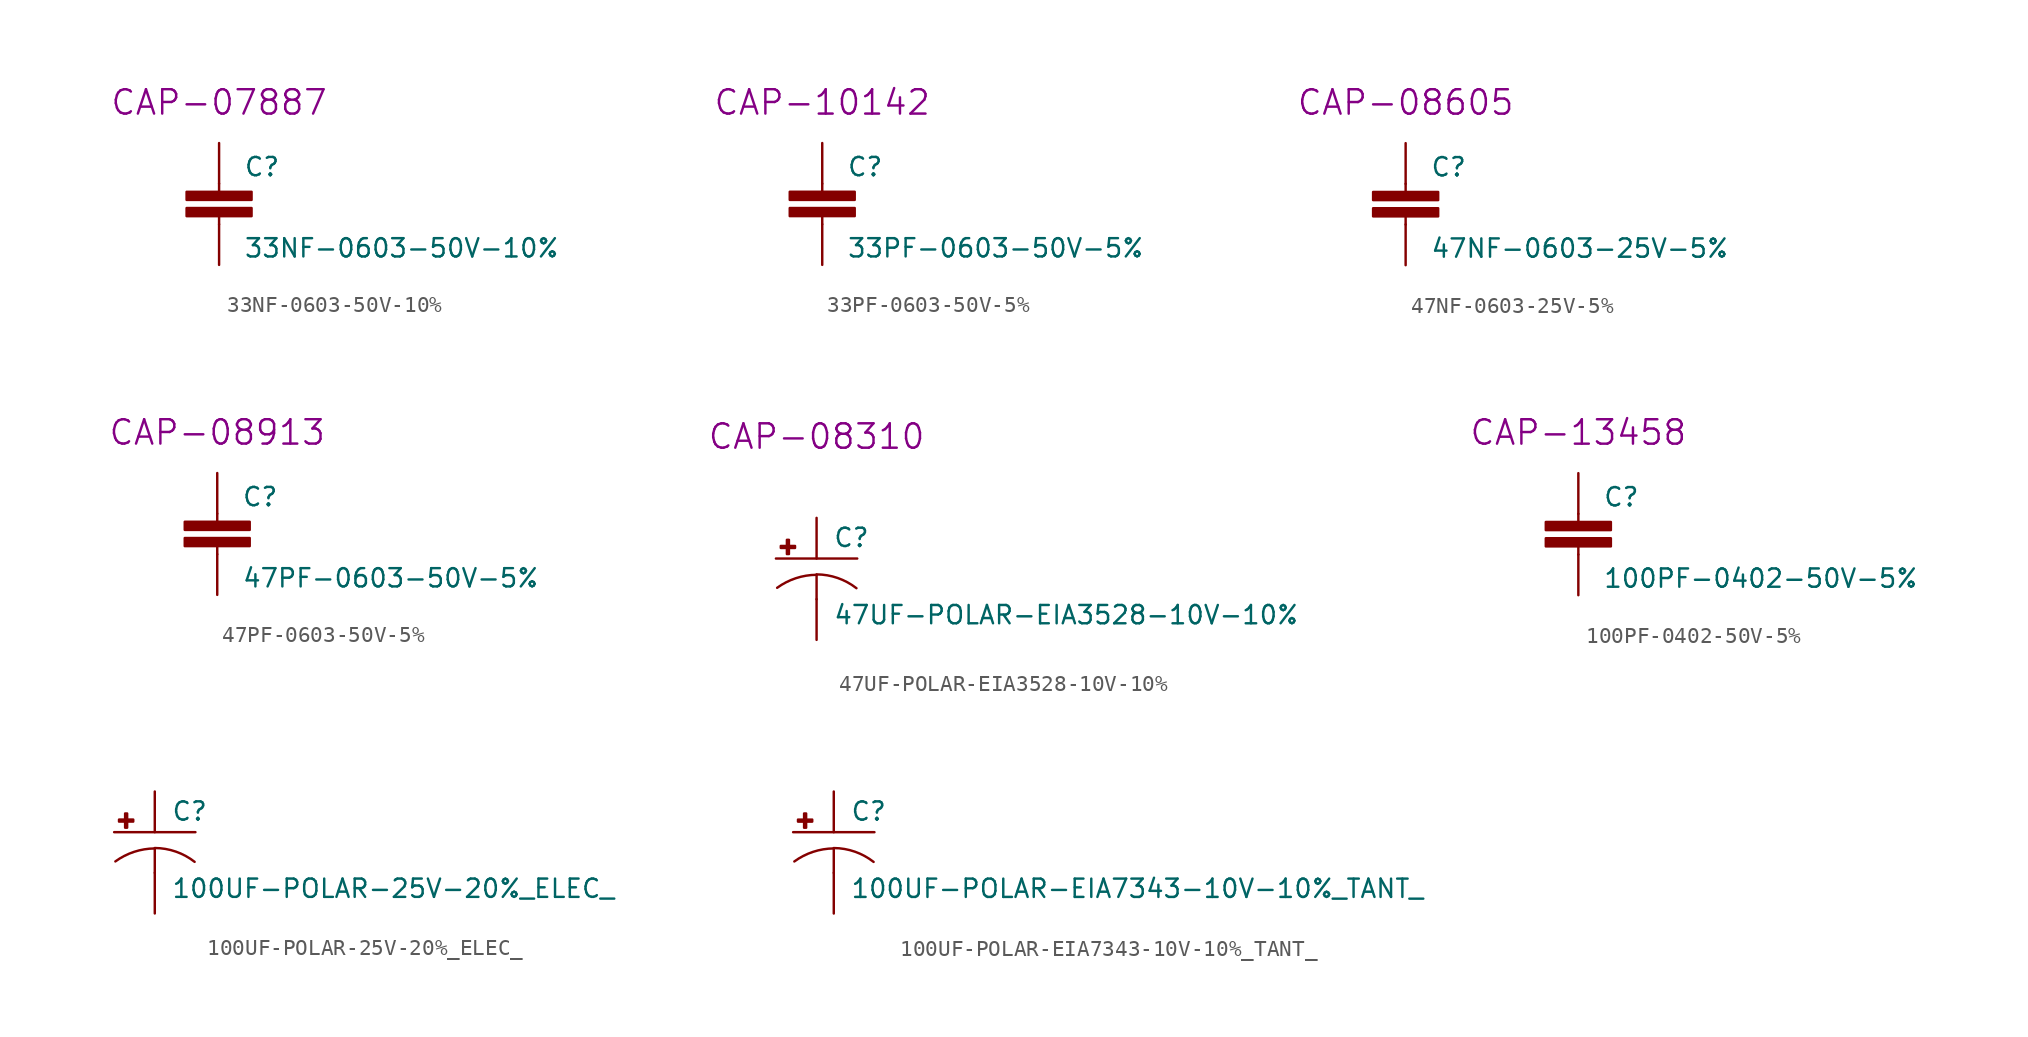
<source format=kicad_sym>
(kicad_symbol_lib
  (version 20211014)
  (generator kicad_symbol_editor)
  (symbol "33NF-0603-50V-10%"
    (pin_numbers hide)
    (pin_names
      (offset 1.016) hide)
    (property "Reference" "C"
      (at 1.524 2.921 0)
      (effects (font (size 1.143 1.143)) (justify left bottom)))
    (property "Value" "33NF-0603-50V-10%"
      (at 1.524 -2.159 0)
      (effects (font (size 1.143 1.143)) (justify left bottom)))
    (property "Field4" "CAP-07887"
      (at 0 7.62 0)
      (effects (font (size 1.524 1.524))))
    (property "ki_locked" ""
      (at 0 0 0)
      (effects (font (size 1.27 1.27))))
    (symbol "33NF-0603-50V-10%_1_0"
      (polyline (pts (xy 0 0) (xy 0 0.508)) (stroke (width 0) (type default) (color 0 0 0 0)) (fill (type none)))
      (polyline (pts (xy 0 2.54) (xy 0 2.032)) (stroke (width 0) (type default) (color 0 0 0 0)) (fill (type none))))
    (symbol "33NF-0603-50V-10%_1_1"
      (rectangle (start -2.032 0.508) (end 2.032 1.016) (stroke (width 0) (type default) (color 0 0 0 0)) (fill (type outline)))
      (rectangle (start -2.032 1.524) (end 2.032 2.032) (stroke (width 0) (type default) (color 0 0 0 0)) (fill (type outline)))
      (pin passive line (at 0 5.08 270) (length 2.54) (name "1" (effects (font (size 1.016 1.016)))) (number "1" (effects (font (size 1.016 1.016)))))
      (pin passive line (at 0 -2.54 90) (length 2.54) (name "2" (effects (font (size 1.016 1.016)))) (number "2" (effects (font (size 1.016 1.016)))))))
  (symbol "33PF-0603-50V-5%"
    (pin_numbers hide)
    (pin_names
      (offset 1.016) hide)
    (property "Reference" "C"
      (at 1.524 2.921 0)
      (effects (font (size 1.143 1.143)) (justify left bottom)))
    (property "Value" "33PF-0603-50V-5%"
      (at 1.524 -2.159 0)
      (effects (font (size 1.143 1.143)) (justify left bottom)))
    (property "Field4" "CAP-10142"
      (at 0 7.62 0)
      (effects (font (size 1.524 1.524))))
    (property "ki_locked" ""
      (at 0 0 0)
      (effects (font (size 1.27 1.27))))
    (symbol "33PF-0603-50V-5%_1_0"
      (polyline (pts (xy 0 0) (xy 0 0.508)) (stroke (width 0) (type default) (color 0 0 0 0)) (fill (type none)))
      (polyline (pts (xy 0 2.54) (xy 0 2.032)) (stroke (width 0) (type default) (color 0 0 0 0)) (fill (type none))))
    (symbol "33PF-0603-50V-5%_1_1"
      (rectangle (start -2.032 0.508) (end 2.032 1.016) (stroke (width 0) (type default) (color 0 0 0 0)) (fill (type outline)))
      (rectangle (start -2.032 1.524) (end 2.032 2.032) (stroke (width 0) (type default) (color 0 0 0 0)) (fill (type outline)))
      (pin passive line (at 0 5.08 270) (length 2.54) (name "1" (effects (font (size 1.016 1.016)))) (number "1" (effects (font (size 1.016 1.016)))))
      (pin passive line (at 0 -2.54 90) (length 2.54) (name "2" (effects (font (size 1.016 1.016)))) (number "2" (effects (font (size 1.016 1.016)))))))
  (symbol "47NF-0603-25V-5%"
    (pin_numbers hide)
    (pin_names
      (offset 1.016) hide)
    (property "Reference" "C"
      (at 1.524 2.921 0)
      (effects (font (size 1.143 1.143)) (justify left bottom)))
    (property "Value" "47NF-0603-25V-5%"
      (at 1.524 -2.159 0)
      (effects (font (size 1.143 1.143)) (justify left bottom)))
    (property "Field4" "CAP-08605"
      (at 0 7.62 0)
      (effects (font (size 1.524 1.524))))
    (property "ki_locked" ""
      (at 0 0 0)
      (effects (font (size 1.27 1.27))))
    (symbol "47NF-0603-25V-5%_1_0"
      (polyline (pts (xy 0 0) (xy 0 0.508)) (stroke (width 0) (type default) (color 0 0 0 0)) (fill (type none)))
      (polyline (pts (xy 0 2.54) (xy 0 2.032)) (stroke (width 0) (type default) (color 0 0 0 0)) (fill (type none))))
    (symbol "47NF-0603-25V-5%_1_1"
      (rectangle (start -2.032 0.508) (end 2.032 1.016) (stroke (width 0) (type default) (color 0 0 0 0)) (fill (type outline)))
      (rectangle (start -2.032 1.524) (end 2.032 2.032) (stroke (width 0) (type default) (color 0 0 0 0)) (fill (type outline)))
      (pin passive line (at 0 5.08 270) (length 2.54) (name "1" (effects (font (size 1.016 1.016)))) (number "1" (effects (font (size 1.016 1.016)))))
      (pin passive line (at 0 -2.54 90) (length 2.54) (name "2" (effects (font (size 1.016 1.016)))) (number "2" (effects (font (size 1.016 1.016)))))))
  (symbol "47PF-0603-50V-5%"
    (pin_numbers hide)
    (pin_names
      (offset 1.016) hide)
    (property "Reference" "C"
      (at 1.524 2.921 0)
      (effects (font (size 1.143 1.143)) (justify left bottom)))
    (property "Value" "47PF-0603-50V-5%"
      (at 1.524 -2.159 0)
      (effects (font (size 1.143 1.143)) (justify left bottom)))
    (property "Field4" "CAP-08913"
      (at 0 7.62 0)
      (effects (font (size 1.524 1.524))))
    (property "ki_locked" ""
      (at 0 0 0)
      (effects (font (size 1.27 1.27))))
    (symbol "47PF-0603-50V-5%_1_0"
      (polyline (pts (xy 0 0) (xy 0 0.508)) (stroke (width 0) (type default) (color 0 0 0 0)) (fill (type none)))
      (polyline (pts (xy 0 2.54) (xy 0 2.032)) (stroke (width 0) (type default) (color 0 0 0 0)) (fill (type none))))
    (symbol "47PF-0603-50V-5%_1_1"
      (rectangle (start -2.032 0.508) (end 2.032 1.016) (stroke (width 0) (type default) (color 0 0 0 0)) (fill (type outline)))
      (rectangle (start -2.032 1.524) (end 2.032 2.032) (stroke (width 0) (type default) (color 0 0 0 0)) (fill (type outline)))
      (pin passive line (at 0 5.08 270) (length 2.54) (name "1" (effects (font (size 1.016 1.016)))) (number "1" (effects (font (size 1.016 1.016)))))
      (pin passive line (at 0 -2.54 90) (length 2.54) (name "2" (effects (font (size 1.016 1.016)))) (number "2" (effects (font (size 1.016 1.016)))))))
  (symbol "47UF-POLAR-EIA3528-10V-10%"
    (pin_numbers hide)
    (pin_names
      (offset 1.016) hide)
    (property "Reference" "C"
      (at 1.016 0.635 0)
      (effects (font (size 1.143 1.143)) (justify left bottom)))
    (property "Value" "47UF-POLAR-EIA3528-10V-10%"
      (at 1.016 -4.191 0)
      (effects (font (size 1.143 1.143)) (justify left bottom)))
    (property "Field4" "CAP-08310"
      (at 0 7.62 0)
      (effects (font (size 1.524 1.524))))
    (property "ki_locked" ""
      (at 0 0 0)
      (effects (font (size 1.27 1.27))))
    (symbol "47UF-POLAR-EIA3528-10V-10%_1_0"
      (polyline (pts (xy -2.54 0) (xy 2.54 0)) (stroke (width 0) (type default) (color 0 0 0 0)) (fill (type none)))
      (polyline (pts (xy 0 -1.016) (xy 0 -2.54)) (stroke (width 0) (type default) (color 0 0 0 0)) (fill (type none))))
    (symbol "47UF-POLAR-EIA3528-10V-10%_1_1"
      (rectangle (start -2.235 0.66) (end -1.346 0.787) (stroke (width 0) (type default) (color 0 0 0 0)) (fill (type outline)))
      (rectangle (start -1.854 0.279) (end -1.727 1.168) (stroke (width 0) (type default) (color 0 0 0 0)) (fill (type outline)))
      (arc (start 0 -1.016) (mid -1.2939 -1.2289) (end -2.4638 -1.8288) (stroke (width 0) (type default) (color 0 0 0 0)) (fill (type none)))
      (arc (start 2.4892 -1.8542) (mid 1.3167 -1.2157) (end 0 -0.9906) (stroke (width 0) (type default) (color 0 0 0 0)) (fill (type none)))
      (pin passive line (at 0 2.54 270) (length 2.54) (name "+" (effects (font (size 1.016 1.016)))) (number "A" (effects (font (size 1.016 1.016)))))
      (pin passive line (at 0 -5.08 90) (length 2.54) (name "-" (effects (font (size 1.016 1.016)))) (number "C" (effects (font (size 1.016 1.016)))))))
  (symbol "100PF-0402-50V-5%"
    (pin_numbers hide)
    (pin_names
      (offset 1.016) hide)
    (property "Reference" "C"
      (at 1.524 2.921 0)
      (effects (font (size 1.143 1.143)) (justify left bottom)))
    (property "Value" "100PF-0402-50V-5%"
      (at 1.524 -2.159 0)
      (effects (font (size 1.143 1.143)) (justify left bottom)))
    (property "Field4" "CAP-13458"
      (at 0 7.62 0)
      (effects (font (size 1.524 1.524))))
    (property "ki_locked" ""
      (at 0 0 0)
      (effects (font (size 1.27 1.27))))
    (symbol "100PF-0402-50V-5%_1_0"
      (polyline (pts (xy 0 0) (xy 0 0.508)) (stroke (width 0) (type default) (color 0 0 0 0)) (fill (type none)))
      (polyline (pts (xy 0 2.54) (xy 0 2.032)) (stroke (width 0) (type default) (color 0 0 0 0)) (fill (type none))))
    (symbol "100PF-0402-50V-5%_1_1"
      (rectangle (start -2.032 0.508) (end 2.032 1.016) (stroke (width 0) (type default) (color 0 0 0 0)) (fill (type outline)))
      (rectangle (start -2.032 1.524) (end 2.032 2.032) (stroke (width 0) (type default) (color 0 0 0 0)) (fill (type outline)))
      (pin passive line (at 0 5.08 270) (length 2.54) (name "1" (effects (font (size 1.016 1.016)))) (number "1" (effects (font (size 1.016 1.016)))))
      (pin passive line (at 0 -2.54 90) (length 2.54) (name "2" (effects (font (size 1.016 1.016)))) (number "2" (effects (font (size 1.016 1.016)))))))
  (symbol "100UF-POLAR-25V-20%_ELEC_"
    (pin_numbers hide)
    (pin_names
      (offset 1.016) hide)
    (property "Reference" "C"
      (at 1.016 0.635 0)
      (effects (font (size 1.143 1.143)) (justify left bottom)))
    (property "Value" "100UF-POLAR-25V-20%_ELEC_"
      (at 1.016 -4.191 0)
      (effects (font (size 1.143 1.143)) (justify left bottom)))
    (property "ki_locked" ""
      (at 0 0 0)
      (effects (font (size 1.27 1.27))))
    (symbol "100UF-POLAR-25V-20%_ELEC__1_0"
      (polyline (pts (xy -2.54 0) (xy 2.54 0)) (stroke (width 0) (type default) (color 0 0 0 0)) (fill (type none)))
      (polyline (pts (xy 0 -1.016) (xy 0 -2.54)) (stroke (width 0) (type default) (color 0 0 0 0)) (fill (type none))))
    (symbol "100UF-POLAR-25V-20%_ELEC__1_1"
      (rectangle (start -2.235 0.66) (end -1.346 0.787) (stroke (width 0) (type default) (color 0 0 0 0)) (fill (type outline)))
      (rectangle (start -1.854 0.279) (end -1.727 1.168) (stroke (width 0) (type default) (color 0 0 0 0)) (fill (type outline)))
      (arc (start 0 -1.016) (mid -1.2939 -1.2289) (end -2.4638 -1.8288) (stroke (width 0) (type default) (color 0 0 0 0)) (fill (type none)))
      (arc (start 2.4892 -1.8542) (mid 1.3167 -1.2157) (end 0 -0.9906) (stroke (width 0) (type default) (color 0 0 0 0)) (fill (type none)))
      (pin passive line (at 0 2.54 270) (length 2.54) (name "+" (effects (font (size 1.016 1.016)))) (number "+" (effects (font (size 1.016 1.016)))))
      (pin passive line (at 0 -5.08 90) (length 2.54) (name "-" (effects (font (size 1.016 1.016)))) (number "-" (effects (font (size 1.016 1.016)))))))
  (symbol "100UF-POLAR-EIA7343-10V-10%_TANT_"
    (pin_numbers hide)
    (pin_names
      (offset 1.016) hide)
    (property "Reference" "C"
      (at 1.016 0.635 0)
      (effects (font (size 1.143 1.143)) (justify left bottom)))
    (property "Value" "100UF-POLAR-EIA7343-10V-10%_TANT_"
      (at 1.016 -4.191 0)
      (effects (font (size 1.143 1.143)) (justify left bottom)))
    (property "ki_locked" ""
      (at 0 0 0)
      (effects (font (size 1.27 1.27))))
    (symbol "100UF-POLAR-EIA7343-10V-10%_TANT__1_0"
      (polyline (pts (xy -2.54 0) (xy 2.54 0)) (stroke (width 0) (type default) (color 0 0 0 0)) (fill (type none)))
      (polyline (pts (xy 0 -1.016) (xy 0 -2.54)) (stroke (width 0) (type default) (color 0 0 0 0)) (fill (type none))))
    (symbol "100UF-POLAR-EIA7343-10V-10%_TANT__1_1"
      (rectangle (start -2.235 0.66) (end -1.346 0.787) (stroke (width 0) (type default) (color 0 0 0 0)) (fill (type outline)))
      (rectangle (start -1.854 0.279) (end -1.727 1.168) (stroke (width 0) (type default) (color 0 0 0 0)) (fill (type outline)))
      (arc (start 0 -1.016) (mid -1.2939 -1.2289) (end -2.4638 -1.8288) (stroke (width 0) (type default) (color 0 0 0 0)) (fill (type none)))
      (arc (start 2.4892 -1.8542) (mid 1.3167 -1.2157) (end 0 -0.9906) (stroke (width 0) (type default) (color 0 0 0 0)) (fill (type none)))
      (pin passive line (at 0 2.54 270) (length 2.54) (name "+" (effects (font (size 1.016 1.016)))) (number "A" (effects (font (size 1.016 1.016)))))
      (pin passive line (at 0 -5.08 90) (length 2.54) (name "-" (effects (font (size 1.016 1.016)))) (number "C" (effects (font (size 1.016 1.016))))))))
</source>
